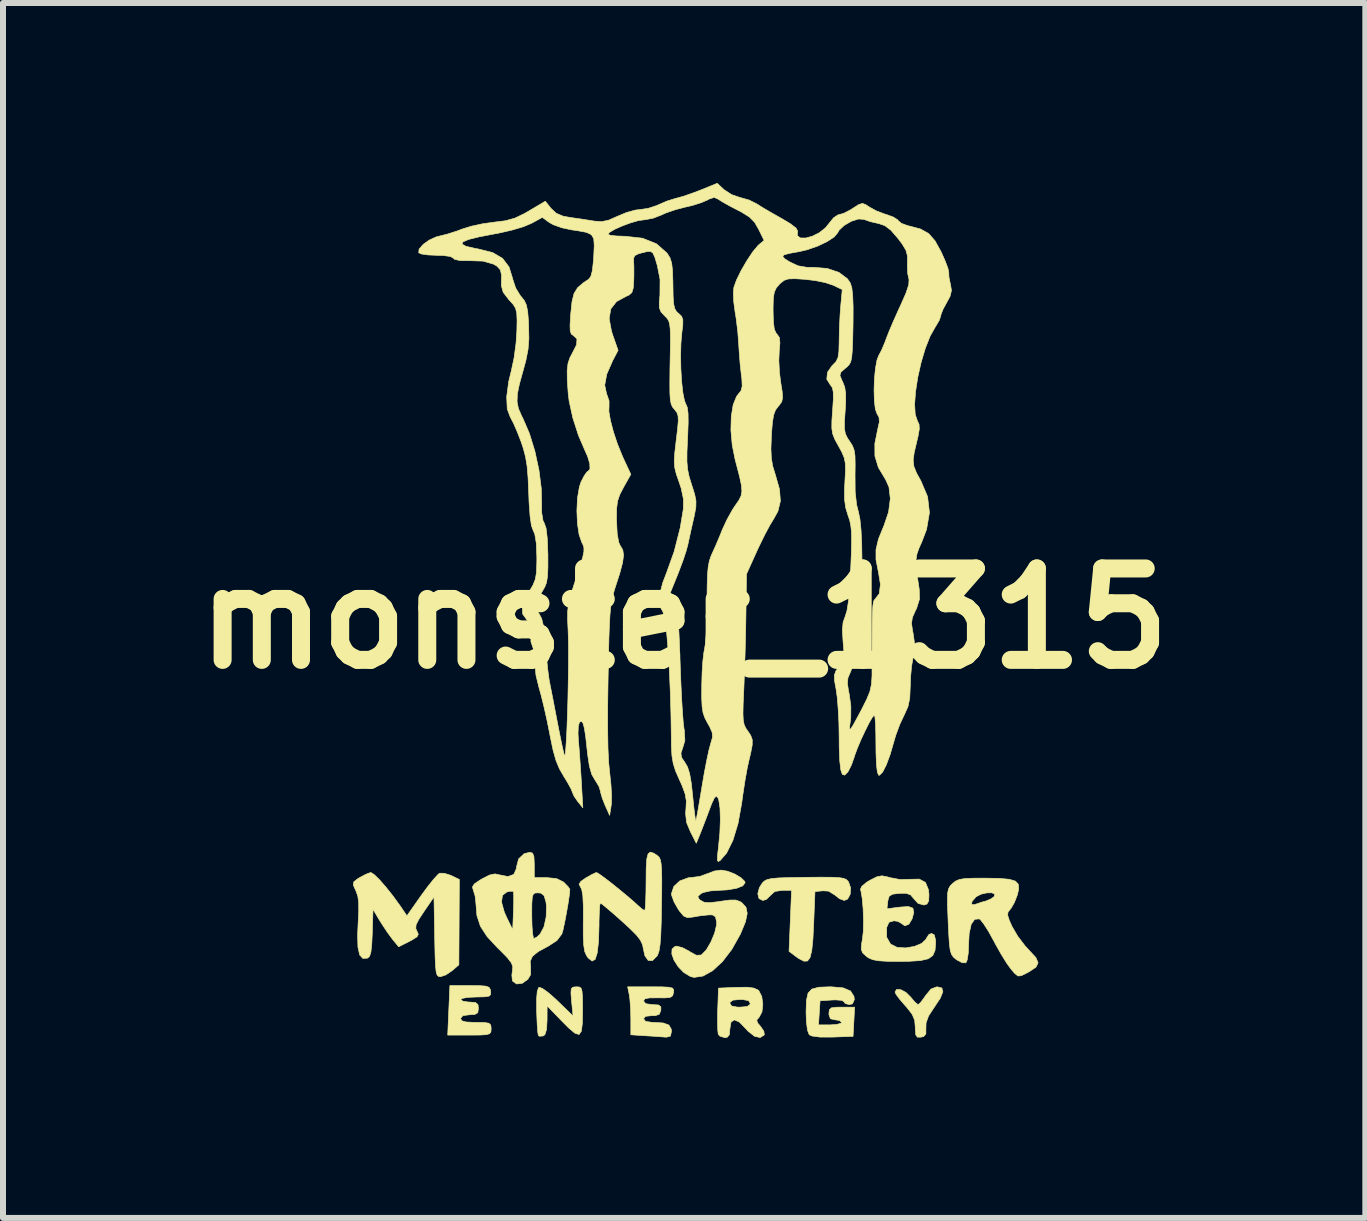
<source format=kicad_pcb>
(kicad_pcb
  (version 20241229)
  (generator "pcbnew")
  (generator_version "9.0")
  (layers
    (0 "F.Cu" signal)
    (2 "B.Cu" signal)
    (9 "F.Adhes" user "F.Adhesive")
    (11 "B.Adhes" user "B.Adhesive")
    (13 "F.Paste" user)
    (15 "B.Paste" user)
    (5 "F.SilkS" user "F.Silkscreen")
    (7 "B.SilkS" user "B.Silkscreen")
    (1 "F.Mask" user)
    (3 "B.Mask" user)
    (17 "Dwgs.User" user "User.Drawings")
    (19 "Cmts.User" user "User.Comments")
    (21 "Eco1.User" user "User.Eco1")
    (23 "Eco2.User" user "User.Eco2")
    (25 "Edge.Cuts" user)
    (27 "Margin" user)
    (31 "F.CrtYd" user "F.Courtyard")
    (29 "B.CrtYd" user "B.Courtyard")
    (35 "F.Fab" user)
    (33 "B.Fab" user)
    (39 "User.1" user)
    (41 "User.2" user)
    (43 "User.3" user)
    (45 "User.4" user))
  (footprint "monster_1315"
    (layer "F.Cu")
    (at 8.353 7.259)
    (property "Reference" "monster_1315" (at 0 0 0) (layer "F.SilkS") (effects (font (size 1.524 1.524) (thickness 0.3))))
    (attr through_hole)
    (fp_poly (pts (xy 4.295 6.158) (xy 4.312 6.22) (xy 4.268 6.329) (xy 4.167 6.481) (xy 4.073 6.625) (xy 4.032 6.739) (xy 4.029 6.825) (xy 4.029 6.923) (xy 3.993 6.966) (xy 3.948 6.977) (xy 3.887 6.977) (xy 3.86 6.939) (xy 3.852 6.841) (xy 3.852 6.813) (xy 3.842 6.695) (xy 3.8 6.596) (xy 3.712 6.483) (xy 3.683 6.451) (xy 3.592 6.345) (xy 3.53 6.261) (xy 3.514 6.224) (xy 3.542 6.181) (xy 3.61 6.186) (xy 3.696 6.231) (xy 3.774 6.308) (xy 3.774 6.308) (xy 3.843 6.39) (xy 3.893 6.433) (xy 3.899 6.435) (xy 3.939 6.402) (xy 4 6.32) (xy 4.022 6.287) (xy 4.114 6.175) (xy 4.212 6.138) (xy 4.216 6.138) (xy 4.295 6.158)) (stroke (width 0.01) (type solid)) (fill yes) (layer "F.SilkS"))
    (fp_poly (pts (xy -1.748 6.141) (xy -1.718 6.161) (xy -1.702 6.214) (xy -1.695 6.315) (xy -1.693 6.481) (xy -1.693 6.54) (xy -1.697 6.751) (xy -1.714 6.88) (xy -1.752 6.933) (xy -1.82 6.912) (xy -1.926 6.823) (xy -2.049 6.699) (xy -2.284 6.456) (xy -2.285 6.695) (xy -2.294 6.85) (xy -2.321 6.935) (xy -2.348 6.957) (xy -2.413 6.962) (xy -2.43 6.949) (xy -2.44 6.895) (xy -2.449 6.778) (xy -2.456 6.618) (xy -2.459 6.541) (xy -2.459 6.34) (xy -2.449 6.215) (xy -2.427 6.154) (xy -2.415 6.146) (xy -2.362 6.166) (xy -2.268 6.233) (xy -2.15 6.336) (xy -2.107 6.377) (xy -1.852 6.625) (xy -1.876 6.382) (xy -1.887 6.245) (xy -1.882 6.172) (xy -1.855 6.144) (xy -1.799 6.138) (xy -1.796 6.138) (xy -1.748 6.141)) (stroke (width 0.01) (type solid)) (fill yes) (layer "F.SilkS"))
    (fp_poly (pts (xy -3.405 6.119) (xy -3.304 6.127) (xy -3.252 6.147) (xy -3.231 6.183) (xy -3.225 6.212) (xy -3.224 6.265) (xy -3.251 6.293) (xy -3.325 6.305) (xy -3.464 6.308) (xy -3.468 6.308) (xy -3.605 6.314) (xy -3.698 6.331) (xy -3.725 6.35) (xy -3.688 6.378) (xy -3.597 6.392) (xy -3.577 6.392) (xy -3.477 6.4) (xy -3.436 6.436) (xy -3.429 6.498) (xy -3.44 6.57) (xy -3.49 6.599) (xy -3.577 6.604) (xy -3.687 6.618) (xy -3.725 6.662) (xy -3.725 6.668) (xy -3.706 6.704) (xy -3.637 6.724) (xy -3.502 6.731) (xy -3.471 6.731) (xy -3.331 6.733) (xy -3.255 6.745) (xy -3.223 6.776) (xy -3.217 6.833) (xy -3.217 6.837) (xy -3.221 6.888) (xy -3.242 6.919) (xy -3.297 6.936) (xy -3.403 6.942) (xy -3.578 6.943) (xy -3.941 6.943) (xy -3.905 6.117) (xy -3.572 6.117) (xy -3.405 6.119)) (stroke (width 0.01) (type solid)) (fill yes) (layer "F.SilkS"))
    (fp_poly (pts (xy 2.458 4.312) (xy 2.579 4.318) (xy 2.655 4.33) (xy 2.702 4.349) (xy 2.731 4.378) (xy 2.741 4.392) (xy 2.775 4.492) (xy 2.767 4.597) (xy 2.724 4.676) (xy 2.669 4.699) (xy 2.587 4.669) (xy 2.517 4.612) (xy 2.405 4.543) (xy 2.309 4.538) (xy 2.18 4.551) (xy 2.159 5.08) (xy 2.146 5.345) (xy 2.127 5.532) (xy 2.098 5.651) (xy 2.056 5.708) (xy 1.996 5.711) (xy 1.913 5.669) (xy 1.858 5.63) (xy 1.748 5.547) (xy 1.79 4.53) (xy 1.637 4.53) (xy 1.511 4.549) (xy 1.441 4.612) (xy 1.439 4.614) (xy 1.369 4.682) (xy 1.311 4.699) (xy 1.247 4.667) (xy 1.227 4.587) (xy 1.254 4.484) (xy 1.302 4.409) (xy 1.336 4.375) (xy 1.382 4.351) (xy 1.453 4.335) (xy 1.565 4.324) (xy 1.729 4.318) (xy 1.961 4.314) (xy 2.03 4.313) (xy 2.279 4.311) (xy 2.458 4.312)) (stroke (width 0.01) (type solid)) (fill yes) (layer "F.SilkS"))
    (fp_poly (pts (xy 2.647 6.155) (xy 2.772 6.207) (xy 2.83 6.298) (xy 2.836 6.353) (xy 2.805 6.422) (xy 2.752 6.435) (xy 2.683 6.416) (xy 2.667 6.39) (xy 2.628 6.364) (xy 2.523 6.356) (xy 2.466 6.358) (xy 2.265 6.371) (xy 2.252 6.572) (xy 2.239 6.773) (xy 2.432 6.773) (xy 2.546 6.765) (xy 2.615 6.744) (xy 2.625 6.731) (xy 2.588 6.699) (xy 2.519 6.689) (xy 2.438 6.671) (xy 2.413 6.602) (xy 2.413 6.583) (xy 2.42 6.52) (xy 2.454 6.489) (xy 2.539 6.478) (xy 2.627 6.477) (xy 2.841 6.477) (xy 2.828 6.72) (xy 2.815 6.964) (xy 2.476 6.976) (xy 2.262 6.976) (xy 2.129 6.958) (xy 2.084 6.936) (xy 2.055 6.861) (xy 2.037 6.716) (xy 2.032 6.555) (xy 2.038 6.364) (xy 2.065 6.243) (xy 2.129 6.175) (xy 2.246 6.145) (xy 2.43 6.138) (xy 2.45 6.138) (xy 2.647 6.155)) (stroke (width 0.01) (type solid)) (fill yes) (layer "F.SilkS"))
    (fp_poly (pts (xy -0.37 6.139) (xy -0.257 6.145) (xy -0.197 6.159) (xy -0.175 6.185) (xy -0.176 6.227) (xy -0.177 6.234) (xy -0.192 6.287) (xy -0.233 6.315) (xy -0.32 6.323) (xy -0.434 6.322) (xy -0.579 6.323) (xy -0.655 6.339) (xy -0.677 6.374) (xy -0.677 6.375) (xy -0.64 6.42) (xy -0.527 6.435) (xy -0.526 6.435) (xy -0.426 6.441) (xy -0.388 6.472) (xy -0.389 6.53) (xy -0.414 6.596) (xy -0.482 6.619) (xy -0.54 6.619) (xy -0.646 6.63) (xy -0.677 6.672) (xy -0.642 6.715) (xy -0.533 6.731) (xy -0.511 6.731) (xy -0.348 6.741) (xy -0.254 6.776) (xy -0.215 6.844) (xy -0.212 6.884) (xy -0.229 6.96) (xy -0.296 6.978) (xy -0.307 6.977) (xy -0.402 6.97) (xy -0.544 6.96) (xy -0.646 6.954) (xy -0.889 6.938) (xy -0.889 6.671) (xy -0.893 6.504) (xy -0.904 6.352) (xy -0.915 6.271) (xy -0.942 6.138) (xy -0.553 6.138) (xy -0.37 6.139)) (stroke (width 0.01) (type solid)) (fill yes) (layer "F.SilkS"))
    (fp_poly (pts (xy 1.161 6.159) (xy 1.23 6.191) (xy 1.244 6.203) (xy 1.293 6.298) (xy 1.311 6.428) (xy 1.297 6.556) (xy 1.25 6.645) (xy 1.247 6.648) (xy 1.209 6.693) (xy 1.226 6.743) (xy 1.273 6.798) (xy 1.328 6.878) (xy 1.336 6.938) (xy 1.335 6.94) (xy 1.267 6.984) (xy 1.171 6.962) (xy 1.064 6.877) (xy 1.028 6.837) (xy 0.92 6.726) (xy 0.836 6.689) (xy 0.781 6.726) (xy 0.762 6.837) (xy 0.753 6.939) (xy 0.716 6.98) (xy 0.676 6.985) (xy 0.596 6.961) (xy 0.568 6.929) (xy 0.56 6.862) (xy 0.556 6.735) (xy 0.557 6.571) (xy 0.559 6.516) (xy 0.563 6.413) (xy 0.762 6.413) (xy 0.79 6.458) (xy 0.883 6.476) (xy 0.931 6.477) (xy 1.049 6.467) (xy 1.098 6.432) (xy 1.101 6.413) (xy 1.073 6.369) (xy 0.98 6.351) (xy 0.931 6.35) (xy 0.814 6.36) (xy 0.765 6.395) (xy 0.762 6.413) (xy 0.563 6.413) (xy 0.572 6.16) (xy 0.874 6.147) (xy 1.049 6.145) (xy 1.161 6.159)) (stroke (width 0.01) (type solid)) (fill yes) (layer "F.SilkS"))
    (fp_poly (pts (xy -5.169 4.265) (xy -5.08 4.351) (xy -4.971 4.476) (xy -4.853 4.624) (xy -4.74 4.78) (xy -4.729 4.795) (xy -4.621 4.955) (xy -4.38 4.612) (xy -4.27 4.463) (xy -4.173 4.342) (xy -4.101 4.264) (xy -4.076 4.245) (xy -3.998 4.246) (xy -3.891 4.28) (xy -3.88 4.285) (xy -3.747 4.349) (xy -3.751 5.06) (xy -3.755 5.772) (xy -3.869 5.87) (xy -3.969 5.938) (xy -4.059 5.969) (xy -4.065 5.969) (xy -4.096 5.964) (xy -4.118 5.941) (xy -4.134 5.887) (xy -4.144 5.79) (xy -4.151 5.638) (xy -4.156 5.419) (xy -4.158 5.305) (xy -4.17 4.641) (xy -4.337 4.884) (xy -4.425 5.018) (xy -4.468 5.105) (xy -4.473 5.166) (xy -4.454 5.209) (xy -4.431 5.262) (xy -4.454 5.306) (xy -4.537 5.358) (xy -4.58 5.381) (xy -4.758 5.471) (xy -4.858 5.35) (xy -4.941 5.238) (xy -5.034 5.098) (xy -5.072 5.038) (xy -5.186 4.847) (xy -5.198 5.241) (xy -5.207 5.434) (xy -5.221 5.559) (xy -5.243 5.629) (xy -5.276 5.66) (xy -5.278 5.66) (xy -5.356 5.665) (xy -5.408 5.607) (xy -5.437 5.481) (xy -5.443 5.282) (xy -5.435 5.098) (xy -5.424 4.885) (xy -5.425 4.735) (xy -5.439 4.629) (xy -5.468 4.545) (xy -5.474 4.533) (xy -5.514 4.443) (xy -5.507 4.389) (xy -5.442 4.338) (xy -5.406 4.316) (xy -5.304 4.262) (xy -5.229 4.234) (xy -5.222 4.233) (xy -5.169 4.265)) (stroke (width 0.01) (type solid)) (fill yes) (layer "F.SilkS"))
    (fp_poly (pts (xy -0.507 3.911) (xy -0.445 3.952) (xy -0.417 3.979) (xy -0.397 4.02) (xy -0.384 4.087) (xy -0.376 4.193) (xy -0.373 4.351) (xy -0.374 4.572) (xy -0.377 4.767) (xy -0.382 5.059) (xy -0.39 5.278) (xy -0.402 5.435) (xy -0.419 5.542) (xy -0.442 5.608) (xy -0.45 5.622) (xy -0.528 5.701) (xy -0.599 5.699) (xy -0.654 5.622) (xy -0.677 5.521) (xy -0.694 5.436) (xy -0.73 5.36) (xy -0.796 5.275) (xy -0.906 5.165) (xy -1.037 5.045) (xy -1.177 4.921) (xy -1.293 4.822) (xy -1.371 4.758) (xy -1.397 4.742) (xy -1.407 4.781) (xy -1.414 4.885) (xy -1.419 5.036) (xy -1.419 5.112) (xy -1.427 5.384) (xy -1.449 5.574) (xy -1.484 5.682) (xy -1.535 5.709) (xy -1.6 5.657) (xy -1.627 5.619) (xy -1.657 5.551) (xy -1.674 5.445) (xy -1.682 5.287) (xy -1.682 5.061) (xy -1.681 5.033) (xy -1.681 4.788) (xy -1.689 4.618) (xy -1.708 4.514) (xy -1.727 4.477) (xy -1.751 4.428) (xy -1.723 4.382) (xy -1.637 4.322) (xy -1.538 4.266) (xy -1.47 4.235) (xy -1.46 4.233) (xy -1.415 4.259) (xy -1.323 4.325) (xy -1.2 4.42) (xy -1.064 4.53) (xy -0.93 4.641) (xy -0.817 4.739) (xy -0.774 4.779) (xy -0.702 4.842) (xy -0.658 4.868) (xy -0.658 4.868) (xy -0.649 4.829) (xy -0.642 4.721) (xy -0.637 4.563) (xy -0.635 4.381) (xy -0.633 4.156) (xy -0.623 4.006) (xy -0.601 3.921) (xy -0.564 3.893) (xy -0.507 3.911)) (stroke (width 0.01) (type solid)) (fill yes) (layer "F.SilkS"))
    (fp_poly (pts (xy 0.722 4.211) (xy 0.842 4.258) (xy 0.947 4.32) (xy 1.009 4.381) (xy 1.016 4.403) (xy 0.977 4.455) (xy 0.87 4.497) (xy 0.715 4.523) (xy 0.577 4.53) (xy 0.435 4.54) (xy 0.319 4.566) (xy 0.279 4.585) (xy 0.228 4.633) (xy 0.247 4.674) (xy 0.274 4.698) (xy 0.333 4.729) (xy 0.422 4.736) (xy 0.564 4.72) (xy 0.606 4.713) (xy 0.761 4.692) (xy 0.86 4.692) (xy 0.931 4.717) (xy 0.962 4.737) (xy 1.031 4.813) (xy 1.051 4.914) (xy 1.022 5.054) (xy 0.942 5.248) (xy 0.931 5.271) (xy 0.793 5.516) (xy 0.638 5.718) (xy 0.475 5.869) (xy 0.314 5.959) (xy 0.166 5.981) (xy 0.105 5.967) (xy -0.006 5.9) (xy -0.099 5.804) (xy -0.169 5.695) (xy -0.206 5.591) (xy -0.202 5.508) (xy -0.151 5.464) (xy -0.123 5.461) (xy -0.03 5.485) (xy 0.081 5.543) (xy 0.094 5.553) (xy 0.201 5.612) (xy 0.279 5.609) (xy 0.291 5.603) (xy 0.369 5.523) (xy 0.446 5.391) (xy 0.508 5.242) (xy 0.54 5.106) (xy 0.541 5.059) (xy 0.522 4.97) (xy 0.469 4.939) (xy 0.402 4.94) (xy 0.262 4.955) (xy 0.142 4.976) (xy 0.054 4.985) (xy -0.009 4.958) (xy -0.077 4.877) (xy -0.101 4.842) (xy -0.169 4.722) (xy -0.208 4.615) (xy -0.212 4.585) (xy -0.173 4.467) (xy -0.073 4.373) (xy 0.067 4.321) (xy 0.124 4.316) (xy 0.261 4.298) (xy 0.379 4.255) (xy 0.381 4.255) (xy 0.505 4.208) (xy 0.614 4.193) (xy 0.722 4.211)) (stroke (width 0.01) (type solid)) (fill yes) (layer "F.SilkS"))
    (fp_poly (pts (xy 3.394 4.307) (xy 3.431 4.319) (xy 3.598 4.35) (xy 3.758 4.346) (xy 3.919 4.343) (xy 4.022 4.399) (xy 4.072 4.52) (xy 4.08 4.596) (xy 4.076 4.707) (xy 4.046 4.759) (xy 3.996 4.775) (xy 3.899 4.748) (xy 3.835 4.678) (xy 3.774 4.606) (xy 3.697 4.579) (xy 3.585 4.58) (xy 3.472 4.595) (xy 3.417 4.628) (xy 3.396 4.698) (xy 3.394 4.715) (xy 3.38 4.838) (xy 3.591 4.81) (xy 3.737 4.8) (xy 3.812 4.827) (xy 3.827 4.899) (xy 3.799 5.006) (xy 3.745 5.095) (xy 3.678 5.122) (xy 3.619 5.08) (xy 3.561 5.047) (xy 3.495 5.038) (xy 3.414 5.062) (xy 3.375 5.149) (xy 3.375 5.152) (xy 3.375 5.311) (xy 3.439 5.425) (xy 3.55 5.481) (xy 3.691 5.49) (xy 3.836 5.465) (xy 3.958 5.415) (xy 4.028 5.349) (xy 4.034 5.334) (xy 4.08 5.265) (xy 4.124 5.249) (xy 4.17 5.274) (xy 4.19 5.359) (xy 4.191 5.412) (xy 4.181 5.532) (xy 4.144 5.617) (xy 4.068 5.671) (xy 3.939 5.701) (xy 3.746 5.713) (xy 3.59 5.715) (xy 3.381 5.713) (xy 3.238 5.704) (xy 3.142 5.686) (xy 3.073 5.656) (xy 3.038 5.631) (xy 2.975 5.574) (xy 2.951 5.513) (xy 2.958 5.418) (xy 2.971 5.346) (xy 2.986 5.211) (xy 2.989 5.034) (xy 2.983 4.843) (xy 2.968 4.669) (xy 2.946 4.54) (xy 2.938 4.513) (xy 2.96 4.464) (xy 3.038 4.398) (xy 3.094 4.364) (xy 3.21 4.305) (xy 3.296 4.288) (xy 3.394 4.307)) (stroke (width 0.01) (type solid)) (fill yes) (layer "F.SilkS"))
    (fp_poly (pts (xy 5.253 4.331) (xy 5.419 4.346) (xy 5.521 4.377) (xy 5.57 4.429) (xy 5.576 4.508) (xy 5.553 4.607) (xy 5.504 4.733) (xy 5.447 4.832) (xy 5.433 4.848) (xy 5.397 4.894) (xy 5.392 4.947) (xy 5.42 5.033) (xy 5.466 5.135) (xy 5.558 5.293) (xy 5.681 5.455) (xy 5.753 5.533) (xy 5.862 5.651) (xy 5.899 5.738) (xy 5.863 5.811) (xy 5.751 5.886) (xy 5.71 5.908) (xy 5.619 5.953) (xy 5.563 5.958) (xy 5.51 5.916) (xy 5.445 5.84) (xy 5.375 5.743) (xy 5.284 5.596) (xy 5.189 5.427) (xy 5.159 5.371) (xy 5.074 5.217) (xy 4.995 5.093) (xy 4.936 5.018) (xy 4.919 5.006) (xy 4.842 5.013) (xy 4.784 5.096) (xy 4.75 5.251) (xy 4.741 5.424) (xy 4.735 5.578) (xy 4.717 5.691) (xy 4.695 5.739) (xy 4.632 5.736) (xy 4.543 5.689) (xy 4.536 5.684) (xy 4.49 5.646) (xy 4.458 5.602) (xy 4.436 5.538) (xy 4.421 5.435) (xy 4.411 5.28) (xy 4.4 5.057) (xy 4.4 5.054) (xy 4.391 4.83) (xy 4.389 4.764) (xy 4.79 4.764) (xy 4.837 4.769) (xy 4.858 4.762) (xy 4.962 4.726) (xy 5.026 4.71) (xy 5.123 4.668) (xy 5.169 4.631) (xy 5.175 4.59) (xy 5.124 4.571) (xy 5.04 4.573) (xy 4.946 4.595) (xy 4.868 4.636) (xy 4.861 4.642) (xy 4.798 4.716) (xy 4.79 4.764) (xy 4.389 4.764) (xy 4.388 4.674) (xy 4.392 4.571) (xy 4.407 4.504) (xy 4.433 4.458) (xy 4.472 4.417) (xy 4.524 4.376) (xy 4.587 4.349) (xy 4.679 4.334) (xy 4.821 4.328) (xy 5.013 4.327) (xy 5.253 4.331)) (stroke (width 0.01) (type solid)) (fill yes) (layer "F.SilkS"))
    (fp_poly (pts (xy -2.527 3.91) (xy -2.504 3.968) (xy -2.498 4.088) (xy -2.498 4.106) (xy -2.498 4.318) (xy -2.294 4.318) (xy -2.128 4.334) (xy -2.015 4.389) (xy -1.998 4.404) (xy -1.932 4.472) (xy -1.905 4.513) (xy -1.913 4.603) (xy -1.934 4.747) (xy -1.963 4.913) (xy -1.994 5.075) (xy -2.022 5.203) (xy -2.039 5.258) (xy -2.119 5.365) (xy -2.264 5.46) (xy -2.271 5.464) (xy -2.434 5.552) (xy -2.529 5.63) (xy -2.566 5.713) (xy -2.559 5.808) (xy -2.559 5.936) (xy -2.606 6.014) (xy -2.699 6.08) (xy -2.792 6.091) (xy -2.857 6.045) (xy -2.863 6.032) (xy -2.872 5.944) (xy -2.861 5.862) (xy -2.856 5.802) (xy -2.881 5.738) (xy -2.946 5.654) (xy -3.062 5.535) (xy -3.107 5.492) (xy -3.283 5.303) (xy -3.395 5.131) (xy -3.454 4.953) (xy -3.471 4.749) (xy -3.473 4.727) (xy -3.044 4.727) (xy -2.998 4.892) (xy -2.952 4.995) (xy -2.858 5.186) (xy -2.848 4.953) (xy -2.54 4.953) (xy -2.536 5.121) (xy -2.526 5.251) (xy -2.512 5.324) (xy -2.504 5.334) (xy -2.451 5.306) (xy -2.402 5.26) (xy -2.337 5.14) (xy -2.3 4.972) (xy -2.295 4.792) (xy -2.304 4.72) (xy -2.335 4.618) (xy -2.387 4.577) (xy -2.436 4.572) (xy -2.485 4.575) (xy -2.516 4.596) (xy -2.532 4.65) (xy -2.539 4.754) (xy -2.54 4.925) (xy -2.54 4.953) (xy -2.848 4.953) (xy -2.845 4.874) (xy -2.841 4.721) (xy -2.841 4.606) (xy -2.846 4.549) (xy -2.847 4.547) (xy -2.894 4.545) (xy -2.955 4.557) (xy -3.029 4.614) (xy -3.044 4.727) (xy -3.473 4.727) (xy -3.484 4.625) (xy -3.514 4.529) (xy -3.529 4.475) (xy -3.499 4.425) (xy -3.409 4.363) (xy -3.371 4.34) (xy -3.244 4.275) (xy -3.153 4.256) (xy -3.079 4.272) (xy -2.937 4.3) (xy -2.839 4.264) (xy -2.796 4.167) (xy -2.794 4.138) (xy -2.759 4.006) (xy -2.667 3.919) (xy -2.572 3.896) (xy -2.527 3.91)) (stroke (width 0.01) (type solid)) (fill yes) (layer "F.SilkS"))
    (fp_poly (pts (xy 0.667 -7.146) (xy 0.792 -7.065) (xy 0.934 -7.016) (xy 0.94 -7.015) (xy 1.082 -6.975) (xy 1.211 -6.911) (xy 1.215 -6.908) (xy 1.311 -6.847) (xy 1.453 -6.764) (xy 1.61 -6.675) (xy 1.622 -6.669) (xy 1.771 -6.58) (xy 1.864 -6.508) (xy 1.891 -6.46) (xy 1.891 -6.459) (xy 1.886 -6.381) (xy 1.937 -6.343) (xy 2.026 -6.342) (xy 2.136 -6.372) (xy 2.252 -6.43) (xy 2.355 -6.512) (xy 2.415 -6.586) (xy 2.49 -6.679) (xy 2.564 -6.728) (xy 2.58 -6.731) (xy 2.66 -6.754) (xy 2.771 -6.811) (xy 2.811 -6.837) (xy 2.91 -6.9) (xy 2.971 -6.919) (xy 3.029 -6.897) (xy 3.082 -6.861) (xy 3.199 -6.796) (xy 3.344 -6.741) (xy 3.372 -6.733) (xy 3.485 -6.692) (xy 3.559 -6.645) (xy 3.569 -6.63) (xy 3.622 -6.586) (xy 3.725 -6.548) (xy 3.752 -6.542) (xy 3.938 -6.493) (xy 4.074 -6.417) (xy 4.182 -6.294) (xy 4.285 -6.107) (xy 4.286 -6.105) (xy 4.35 -5.96) (xy 4.395 -5.841) (xy 4.41 -5.772) (xy 4.41 -5.768) (xy 4.413 -5.693) (xy 4.435 -5.582) (xy 4.438 -5.574) (xy 4.455 -5.467) (xy 4.431 -5.368) (xy 4.376 -5.267) (xy 4.315 -5.155) (xy 4.28 -5.066) (xy 4.276 -5.044) (xy 4.253 -4.973) (xy 4.196 -4.876) (xy 4.188 -4.864) (xy 4.099 -4.706) (xy 4.019 -4.502) (xy 3.949 -4.268) (xy 3.894 -4.023) (xy 3.857 -3.785) (xy 3.841 -3.572) (xy 3.851 -3.402) (xy 3.887 -3.295) (xy 3.915 -3.236) (xy 3.919 -3.159) (xy 3.898 -3.037) (xy 3.877 -2.949) (xy 3.834 -2.767) (xy 3.817 -2.639) (xy 3.829 -2.534) (xy 3.873 -2.425) (xy 3.947 -2.291) (xy 4.057 -2.031) (xy 4.088 -1.765) (xy 4.04 -1.485) (xy 3.963 -1.283) (xy 3.912 -1.168) (xy 3.879 -1.074) (xy 3.865 -0.981) (xy 3.867 -0.868) (xy 3.884 -0.714) (xy 3.916 -0.499) (xy 3.918 -0.482) (xy 3.922 -0.323) (xy 3.874 -0.17) (xy 3.856 -0.135) (xy 3.804 -0.018) (xy 3.789 0.08) (xy 3.807 0.203) (xy 3.816 0.247) (xy 3.843 0.437) (xy 3.824 0.614) (xy 3.816 0.649) (xy 3.79 0.796) (xy 3.773 0.983) (xy 3.768 1.135) (xy 3.76 1.325) (xy 3.73 1.468) (xy 3.671 1.601) (xy 3.664 1.614) (xy 3.594 1.764) (xy 3.527 1.945) (xy 3.495 2.053) (xy 3.433 2.267) (xy 3.369 2.44) (xy 3.308 2.559) (xy 3.257 2.611) (xy 3.242 2.612) (xy 3.22 2.562) (xy 3.205 2.433) (xy 3.197 2.229) (xy 3.196 2.102) (xy 3.194 1.909) (xy 3.189 1.751) (xy 3.18 1.646) (xy 3.171 1.609) (xy 3.138 1.644) (xy 3.083 1.738) (xy 3.017 1.87) (xy 2.947 2.019) (xy 2.886 2.164) (xy 2.841 2.286) (xy 2.835 2.307) (xy 2.789 2.438) (xy 2.736 2.545) (xy 2.725 2.561) (xy 2.675 2.61) (xy 2.637 2.599) (xy 2.61 2.521) (xy 2.593 2.372) (xy 2.584 2.148) (xy 2.583 1.971) (xy 2.579 1.737) (xy 2.567 1.508) (xy 2.551 1.312) (xy 2.532 1.178) (xy 2.506 1.036) (xy 2.503 0.946) (xy 2.528 0.874) (xy 2.579 0.8) (xy 2.631 0.719) (xy 2.657 0.64) (xy 2.661 0.533) (xy 2.648 0.378) (xy 2.637 0.192) (xy 2.649 0.061) (xy 2.683 -0.033) (xy 2.713 -0.128) (xy 2.739 -0.292) (xy 2.759 -0.529) (xy 2.776 -0.838) (xy 2.787 -1.103) (xy 2.791 -1.3) (xy 2.788 -1.444) (xy 2.777 -1.552) (xy 2.758 -1.641) (xy 2.731 -1.719) (xy 2.692 -1.847) (xy 2.673 -1.985) (xy 2.673 -2.163) (xy 2.679 -2.281) (xy 2.689 -2.462) (xy 2.686 -2.586) (xy 2.667 -2.682) (xy 2.626 -2.777) (xy 2.574 -2.872) (xy 2.512 -2.985) (xy 2.476 -3.075) (xy 2.461 -3.17) (xy 2.462 -3.297) (xy 2.474 -3.468) (xy 2.486 -3.653) (xy 2.485 -3.773) (xy 2.471 -3.846) (xy 2.441 -3.889) (xy 2.437 -3.893) (xy 2.377 -3.989) (xy 2.389 -4.105) (xy 2.468 -4.218) (xy 2.477 -4.225) (xy 2.532 -4.283) (xy 2.564 -4.35) (xy 2.579 -4.452) (xy 2.583 -4.612) (xy 2.583 -4.625) (xy 2.587 -4.832) (xy 2.598 -5.055) (xy 2.609 -5.207) (xy 2.635 -5.483) (xy 2.478 -5.557) (xy 2.355 -5.598) (xy 2.185 -5.633) (xy 2.007 -5.654) (xy 1.843 -5.664) (xy 1.738 -5.66) (xy 1.669 -5.638) (xy 1.61 -5.593) (xy 1.587 -5.571) (xy 1.534 -5.508) (xy 1.502 -5.438) (xy 1.486 -5.338) (xy 1.482 -5.183) (xy 1.482 -5.129) (xy 1.487 -4.941) (xy 1.503 -4.821) (xy 1.534 -4.753) (xy 1.547 -4.74) (xy 1.586 -4.685) (xy 1.596 -4.593) (xy 1.585 -4.463) (xy 1.578 -4.302) (xy 1.588 -4.104) (xy 1.609 -3.937) (xy 1.634 -3.779) (xy 1.64 -3.679) (xy 1.627 -3.615) (xy 1.59 -3.561) (xy 1.568 -3.536) (xy 1.522 -3.474) (xy 1.491 -3.392) (xy 1.471 -3.27) (xy 1.456 -3.087) (xy 1.454 -3.042) (xy 1.446 -2.831) (xy 1.453 -2.673) (xy 1.476 -2.539) (xy 1.52 -2.396) (xy 1.52 -2.396) (xy 1.589 -2.154) (xy 1.604 -1.958) (xy 1.563 -1.789) (xy 1.496 -1.667) (xy 1.428 -1.555) (xy 1.341 -1.392) (xy 1.25 -1.206) (xy 1.211 -1.122) (xy 1.039 -0.741) (xy 1.029 -0.042) (xy 1.024 0.249) (xy 1.016 0.565) (xy 1.006 0.872) (xy 0.996 1.137) (xy 0.993 1.202) (xy 0.983 1.428) (xy 0.98 1.587) (xy 0.985 1.695) (xy 1 1.769) (xy 1.026 1.826) (xy 1.055 1.867) (xy 1.109 1.947) (xy 1.135 2.02) (xy 1.134 2.11) (xy 1.109 2.241) (xy 1.081 2.357) (xy 1.049 2.505) (xy 1.013 2.706) (xy 0.979 2.93) (xy 0.959 3.076) (xy 0.898 3.416) (xy 0.813 3.696) (xy 0.707 3.91) (xy 0.6 4.033) (xy 0.567 4.051) (xy 0.553 4.027) (xy 0.556 3.946) (xy 0.572 3.81) (xy 0.595 3.572) (xy 0.603 3.349) (xy 0.597 3.16) (xy 0.577 3.026) (xy 0.562 2.986) (xy 0.535 2.961) (xy 0.504 2.989) (xy 0.46 3.082) (xy 0.422 3.182) (xy 0.36 3.347) (xy 0.3 3.503) (xy 0.263 3.598) (xy 0.202 3.745) (xy 0.105 3.555) (xy 0.04 3.399) (xy 0.024 3.251) (xy 0.03 3.168) (xy 0.036 3.042) (xy 0.016 2.923) (xy -0.037 2.779) (xy -0.079 2.687) (xy -0.143 2.542) (xy -0.182 2.418) (xy -0.204 2.286) (xy -0.213 2.117) (xy -0.214 1.996) (xy -0.22 1.603) (xy -0.231 1.228) (xy -0.246 0.88) (xy -0.264 0.568) (xy -0.286 0.302) (xy -0.309 0.091) (xy -0.334 -0.055) (xy -0.36 -0.127) (xy -0.364 -0.13) (xy -0.415 -0.226) (xy -0.413 -0.383) (xy -0.358 -0.594) (xy -0.296 -0.756) (xy -0.167 -1.116) (xy -0.066 -1.511) (xy -0.014 -1.824) (xy -0.012 -1.99) (xy -0.05 -2.172) (xy -0.088 -2.285) (xy -0.132 -2.411) (xy -0.157 -2.514) (xy -0.165 -2.617) (xy -0.158 -2.748) (xy -0.137 -2.932) (xy -0.132 -2.974) (xy -0.109 -3.167) (xy -0.098 -3.295) (xy -0.102 -3.377) (xy -0.12 -3.432) (xy -0.154 -3.477) (xy -0.163 -3.487) (xy -0.195 -3.526) (xy -0.217 -3.576) (xy -0.231 -3.649) (xy -0.238 -3.76) (xy -0.239 -3.923) (xy -0.237 -4.151) (xy -0.235 -4.263) (xy -0.23 -4.518) (xy -0.229 -4.702) (xy -0.233 -4.83) (xy -0.243 -4.914) (xy -0.262 -4.97) (xy -0.29 -5.01) (xy -0.327 -5.046) (xy -0.386 -5.11) (xy -0.413 -5.177) (xy -0.415 -5.277) (xy -0.404 -5.387) (xy -0.402 -5.653) (xy -0.448 -5.884) (xy -0.489 -6.022) (xy -0.523 -6.095) (xy -0.564 -6.12) (xy -0.625 -6.114) (xy -0.63 -6.113) (xy -0.758 -6.081) (xy -0.823 -6.049) (xy -0.843 -6.003) (xy -0.842 -5.959) (xy -0.838 -5.861) (xy -0.838 -5.72) (xy -0.84 -5.64) (xy -0.849 -5.507) (xy -0.872 -5.432) (xy -0.921 -5.39) (xy -0.963 -5.372) (xy -1.128 -5.282) (xy -1.223 -5.16) (xy -1.25 -4.998) (xy -1.211 -4.788) (xy -1.188 -4.717) (xy -1.101 -4.47) (xy -1.191 -4.299) (xy -1.29 -4.073) (xy -1.324 -3.891) (xy -1.293 -3.744) (xy -1.288 -3.733) (xy -1.252 -3.628) (xy -1.252 -3.546) (xy -1.255 -3.451) (xy -1.228 -3.299) (xy -1.179 -3.111) (xy -1.111 -2.907) (xy -1.031 -2.71) (xy -1.014 -2.672) (xy -0.889 -2.403) (xy -1.011 -2.186) (xy -1.074 -2.064) (xy -1.11 -1.957) (xy -1.126 -1.832) (xy -1.128 -1.66) (xy -1.127 -1.626) (xy -1.116 -1.411) (xy -1.09 -1.267) (xy -1.064 -1.213) (xy -1.023 -1.144) (xy -1.01 -1.056) (xy -1.026 -0.933) (xy -1.072 -0.758) (xy -1.125 -0.593) (xy -1.16 -0.486) (xy -1.187 -0.391) (xy -1.209 -0.296) (xy -1.225 -0.188) (xy -1.237 -0.057) (xy -1.246 0.111) (xy -1.254 0.326) (xy -1.26 0.601) (xy -1.267 0.947) (xy -1.268 0.995) (xy -1.275 1.461) (xy -1.275 1.847) (xy -1.27 2.16) (xy -1.258 2.403) (xy -1.24 2.582) (xy -1.24 2.582) (xy -1.22 2.772) (xy -1.21 2.952) (xy -1.213 3.089) (xy -1.216 3.111) (xy -1.242 3.281) (xy -1.319 3.111) (xy -1.366 2.991) (xy -1.394 2.894) (xy -1.396 2.874) (xy -1.422 2.795) (xy -1.482 2.697) (xy -1.487 2.691) (xy -1.541 2.596) (xy -1.58 2.458) (xy -1.61 2.258) (xy -1.615 2.209) (xy -1.64 1.981) (xy -1.663 1.829) (xy -1.687 1.742) (xy -1.714 1.712) (xy -1.744 1.727) (xy -1.764 1.792) (xy -1.769 1.917) (xy -1.762 2.038) (xy -1.748 2.205) (xy -1.733 2.419) (xy -1.718 2.644) (xy -1.713 2.731) (xy -1.689 3.154) (xy -1.775 3.048) (xy -1.835 2.961) (xy -1.862 2.899) (xy -1.862 2.898) (xy -1.884 2.842) (xy -1.94 2.739) (xy -2.006 2.631) (xy -2.079 2.505) (xy -2.136 2.367) (xy -2.185 2.194) (xy -2.233 1.963) (xy -2.24 1.925) (xy -2.286 1.696) (xy -2.338 1.465) (xy -2.388 1.263) (xy -2.418 1.157) (xy -2.47 0.946) (xy -2.487 0.773) (xy -2.483 0.722) (xy -2.483 0.576) (xy -2.517 0.495) (xy -2.554 0.387) (xy -2.553 0.262) (xy -2.55 0.138) (xy -2.593 0.052) (xy -2.62 0.025) (xy -2.692 -0.076) (xy -2.699 -0.198) (xy -2.64 -0.353) (xy -2.582 -0.451) (xy -2.519 -0.559) (xy -2.481 -0.654) (xy -2.462 -0.765) (xy -2.456 -0.921) (xy -2.455 -1.015) (xy -2.464 -1.253) (xy -2.49 -1.409) (xy -2.514 -1.462) (xy -2.545 -1.546) (xy -2.568 -1.702) (xy -2.585 -1.935) (xy -2.591 -2.096) (xy -2.602 -2.349) (xy -2.618 -2.54) (xy -2.644 -2.696) (xy -2.682 -2.84) (xy -2.72 -2.952) (xy -2.783 -3.114) (xy -2.845 -3.256) (xy -2.893 -3.348) (xy -2.897 -3.353) (xy -2.949 -3.493) (xy -2.958 -3.695) (xy -2.925 -3.947) (xy -2.88 -4.133) (xy -2.835 -4.344) (xy -2.802 -4.59) (xy -2.788 -4.801) (xy -2.785 -4.978) (xy -2.791 -5.095) (xy -2.811 -5.173) (xy -2.851 -5.237) (xy -2.917 -5.309) (xy -2.918 -5.309) (xy -3.016 -5.437) (xy -3.048 -5.553) (xy -3.047 -5.573) (xy -3.043 -5.721) (xy -3.064 -5.812) (xy -3.119 -5.872) (xy -3.178 -5.907) (xy -3.352 -5.957) (xy -3.567 -5.964) (xy -3.736 -5.966) (xy -3.828 -5.987) (xy -3.843 -6.004) (xy -3.895 -6.034) (xy -4.02 -6.051) (xy -4.129 -6.054) (xy -4.272 -6.06) (xy -4.379 -6.076) (xy -4.424 -6.096) (xy -4.418 -6.157) (xy -4.353 -6.232) (xy -4.343 -6.24) (xy -3.702 -6.24) (xy -3.636 -6.204) (xy -3.491 -6.17) (xy -3.429 -6.159) (xy -3.193 -6.1) (xy -3.027 -6.003) (xy -2.919 -5.86) (xy -2.857 -5.66) (xy -2.856 -5.652) (xy -2.808 -5.508) (xy -2.729 -5.379) (xy -2.717 -5.366) (xy -2.663 -5.298) (xy -2.629 -5.223) (xy -2.608 -5.116) (xy -2.595 -4.956) (xy -2.592 -4.879) (xy -2.588 -4.665) (xy -2.602 -4.486) (xy -2.638 -4.301) (xy -2.684 -4.133) (xy -2.746 -3.909) (xy -2.78 -3.744) (xy -2.785 -3.615) (xy -2.763 -3.501) (xy -2.711 -3.381) (xy -2.684 -3.328) (xy -2.579 -3.084) (xy -2.488 -2.788) (xy -2.42 -2.473) (xy -2.382 -2.172) (xy -2.377 -1.983) (xy -2.375 -1.767) (xy -2.353 -1.632) (xy -2.333 -1.593) (xy -2.302 -1.508) (xy -2.282 -1.34) (xy -2.272 -1.088) (xy -2.271 -1.069) (xy -2.271 -0.852) (xy -2.278 -0.7) (xy -2.295 -0.596) (xy -2.325 -0.521) (xy -2.34 -0.496) (xy -2.431 -0.338) (xy -2.466 -0.221) (xy -2.448 -0.126) (xy -2.416 -0.077) (xy -2.375 0.002) (xy -2.344 0.128) (xy -2.321 0.315) (xy -2.311 0.445) (xy -2.294 0.65) (xy -2.274 0.847) (xy -2.253 1.005) (xy -2.244 1.058) (xy -2.22 1.178) (xy -2.185 1.356) (xy -2.145 1.564) (xy -2.112 1.736) (xy -2.073 1.934) (xy -2.038 2.105) (xy -2.01 2.229) (xy -1.994 2.286) (xy -1.984 2.27) (xy -1.974 2.182) (xy -1.964 2.035) (xy -1.954 1.841) (xy -1.946 1.613) (xy -1.938 1.364) (xy -1.933 1.105) (xy -1.929 0.851) (xy -1.927 0.613) (xy -1.928 0.404) (xy -1.933 0.237) (xy -1.935 0.186) (xy -1.943 0.014) (xy -1.942 -0.121) (xy -1.926 -0.245) (xy -1.892 -0.385) (xy -1.836 -0.565) (xy -1.799 -0.678) (xy -1.732 -0.882) (xy -1.69 -1.024) (xy -1.671 -1.119) (xy -1.671 -1.184) (xy -1.689 -1.237) (xy -1.705 -1.266) (xy -1.751 -1.398) (xy -1.779 -1.584) (xy -1.788 -1.797) (xy -1.778 -2.009) (xy -1.747 -2.191) (xy -1.719 -2.277) (xy -1.664 -2.383) (xy -1.617 -2.447) (xy -1.602 -2.455) (xy -1.57 -2.49) (xy -1.573 -2.579) (xy -1.609 -2.701) (xy -1.648 -2.788) (xy -1.761 -3.05) (xy -1.855 -3.341) (xy -1.917 -3.623) (xy -1.932 -3.741) (xy -1.948 -3.969) (xy -1.95 -4.133) (xy -1.936 -4.252) (xy -1.904 -4.348) (xy -1.866 -4.419) (xy -1.793 -4.564) (xy -1.787 -4.661) (xy -1.846 -4.716) (xy -1.848 -4.717) (xy -1.881 -4.741) (xy -1.899 -4.792) (xy -1.902 -4.889) (xy -1.893 -5.048) (xy -1.889 -5.092) (xy -1.869 -5.285) (xy -1.835 -5.418) (xy -1.776 -5.514) (xy -1.679 -5.597) (xy -1.595 -5.652) (xy -1.556 -5.7) (xy -1.53 -5.799) (xy -1.512 -5.963) (xy -1.507 -6.04) (xy -1.499 -6.217) (xy -1.507 -6.331) (xy -1.546 -6.398) (xy -1.561 -6.405) (xy -1.27 -6.405) (xy -1.231 -6.388) (xy -1.13 -6.376) (xy -0.987 -6.371) (xy -0.984 -6.371) (xy -0.695 -6.339) (xy -0.463 -6.247) (xy -0.289 -6.094) (xy -0.278 -6.079) (xy -0.235 -6.009) (xy -0.208 -5.922) (xy -0.194 -5.798) (xy -0.188 -5.615) (xy -0.187 -5.559) (xy -0.184 -5.367) (xy -0.175 -5.241) (xy -0.156 -5.163) (xy -0.125 -5.113) (xy -0.094 -5.086) (xy -0.044 -5.039) (xy -0.022 -4.982) (xy -0.023 -4.887) (xy -0.039 -4.763) (xy -0.054 -4.587) (xy -0.059 -4.38) (xy -0.055 -4.16) (xy -0.042 -3.948) (xy -0.022 -3.765) (xy 0.005 -3.632) (xy 0.026 -3.579) (xy 0.052 -3.519) (xy 0.065 -3.42) (xy 0.067 -3.267) (xy 0.059 -3.046) (xy 0.057 -3.005) (xy 0.047 -2.782) (xy 0.046 -2.618) (xy 0.057 -2.488) (xy 0.082 -2.368) (xy 0.123 -2.234) (xy 0.126 -2.226) (xy 0.175 -2.071) (xy 0.197 -1.96) (xy 0.195 -1.856) (xy 0.171 -1.724) (xy 0.156 -1.658) (xy 0.117 -1.487) (xy 0.082 -1.327) (xy 0.061 -1.228) (xy 0.032 -1.122) (xy -0.02 -0.965) (xy -0.088 -0.785) (xy -0.118 -0.708) (xy -0.269 -0.337) (xy -0.182 -0.219) (xy -0.152 -0.173) (xy -0.129 -0.117) (xy -0.112 -0.038) (xy -0.098 0.075) (xy -0.087 0.234) (xy -0.077 0.452) (xy -0.067 0.74) (xy -0.065 0.807) (xy -0.054 1.085) (xy -0.042 1.342) (xy -0.028 1.564) (xy -0.015 1.736) (xy -0.002 1.842) (xy 0.002 1.858) (xy 0.012 2.033) (xy -0.02 2.142) (xy -0.054 2.243) (xy -0.044 2.316) (xy 0.01 2.395) (xy 0.056 2.473) (xy 0.091 2.584) (xy 0.119 2.745) (xy 0.141 2.948) (xy 0.159 3.128) (xy 0.176 3.269) (xy 0.188 3.356) (xy 0.194 3.376) (xy 0.205 3.332) (xy 0.226 3.22) (xy 0.254 3.057) (xy 0.288 2.856) (xy 0.297 2.8) (xy 0.335 2.576) (xy 0.375 2.369) (xy 0.411 2.2) (xy 0.44 2.09) (xy 0.443 2.081) (xy 0.472 1.98) (xy 0.467 1.899) (xy 0.424 1.801) (xy 0.392 1.746) (xy 0.345 1.657) (xy 0.315 1.571) (xy 0.299 1.467) (xy 0.292 1.323) (xy 0.293 1.117) (xy 0.293 1.106) (xy 0.299 0.901) (xy 0.311 0.713) (xy 0.328 0.567) (xy 0.34 0.504) (xy 0.355 0.41) (xy 0.367 0.252) (xy 0.376 0.048) (xy 0.381 -0.182) (xy 0.381 -0.272) (xy 0.383 -0.529) (xy 0.388 -0.718) (xy 0.4 -0.855) (xy 0.419 -0.957) (xy 0.447 -1.04) (xy 0.463 -1.077) (xy 0.528 -1.22) (xy 0.6 -1.391) (xy 0.634 -1.477) (xy 0.712 -1.646) (xy 0.807 -1.817) (xy 0.854 -1.887) (xy 0.912 -1.971) (xy 0.948 -2.043) (xy 0.962 -2.121) (xy 0.954 -2.222) (xy 0.924 -2.363) (xy 0.872 -2.563) (xy 0.85 -2.646) (xy 0.801 -2.89) (xy 0.779 -3.138) (xy 0.785 -3.369) (xy 0.817 -3.564) (xy 0.874 -3.704) (xy 0.9 -3.737) (xy 0.948 -3.797) (xy 0.967 -3.872) (xy 0.962 -3.988) (xy 0.953 -4.059) (xy 0.933 -4.239) (xy 0.917 -4.447) (xy 0.909 -4.572) (xy 0.894 -4.775) (xy 0.867 -4.997) (xy 0.848 -5.115) (xy 0.826 -5.28) (xy 0.82 -5.432) (xy 0.828 -5.518) (xy 0.871 -5.639) (xy 0.948 -5.797) (xy 1.045 -5.964) (xy 1.091 -6.033) (xy 1.642 -6.033) (xy 1.681 -5.993) (xy 1.759 -5.944) (xy 1.897 -5.879) (xy 2.048 -5.853) (xy 2.157 -5.853) (xy 2.384 -5.835) (xy 2.579 -5.769) (xy 2.721 -5.663) (xy 2.769 -5.593) (xy 2.794 -5.514) (xy 2.809 -5.384) (xy 2.816 -5.194) (xy 2.815 -4.932) (xy 2.814 -4.873) (xy 2.809 -4.635) (xy 2.802 -4.466) (xy 2.792 -4.353) (xy 2.776 -4.279) (xy 2.75 -4.231) (xy 2.713 -4.193) (xy 2.687 -4.172) (xy 2.612 -4.106) (xy 2.596 -4.052) (xy 2.629 -3.97) (xy 2.641 -3.947) (xy 2.676 -3.858) (xy 2.692 -3.75) (xy 2.692 -3.599) (xy 2.683 -3.456) (xy 2.671 -3.277) (xy 2.672 -3.159) (xy 2.688 -3.076) (xy 2.724 -3.004) (xy 2.756 -2.957) (xy 2.803 -2.884) (xy 2.832 -2.809) (xy 2.847 -2.712) (xy 2.85 -2.57) (xy 2.848 -2.398) (xy 2.85 -2.114) (xy 2.874 -1.897) (xy 2.905 -1.775) (xy 2.93 -1.654) (xy 2.948 -1.475) (xy 2.959 -1.257) (xy 2.963 -1.015) (xy 2.961 -0.767) (xy 2.953 -0.529) (xy 2.939 -0.318) (xy 2.919 -0.152) (xy 2.893 -0.046) (xy 2.882 -0.025) (xy 2.849 0.047) (xy 2.832 0.172) (xy 2.83 0.363) (xy 2.831 0.403) (xy 2.83 0.617) (xy 2.813 0.769) (xy 2.777 0.881) (xy 2.77 0.895) (xy 2.73 0.988) (xy 2.721 1.08) (xy 2.739 1.206) (xy 2.751 1.261) (xy 2.778 1.459) (xy 2.777 1.651) (xy 2.773 1.687) (xy 2.759 1.791) (xy 2.758 1.843) (xy 2.776 1.839) (xy 2.818 1.774) (xy 2.89 1.642) (xy 2.959 1.513) (xy 3.044 1.343) (xy 3.096 1.215) (xy 3.122 1.095) (xy 3.131 0.952) (xy 3.131 0.857) (xy 3.132 0.512) (xy 3.133 0.243) (xy 3.135 0.039) (xy 3.139 -0.108) (xy 3.145 -0.208) (xy 3.154 -0.27) (xy 3.165 -0.305) (xy 3.178 -0.319) (xy 3.251 -0.413) (xy 3.271 -0.568) (xy 3.237 -0.78) (xy 3.234 -0.792) (xy 3.197 -0.981) (xy 3.197 -1.148) (xy 3.238 -1.324) (xy 3.325 -1.537) (xy 3.329 -1.546) (xy 3.407 -1.775) (xy 3.436 -1.998) (xy 3.413 -2.193) (xy 3.357 -2.317) (xy 3.237 -2.517) (xy 3.179 -2.709) (xy 3.178 -2.917) (xy 3.225 -3.15) (xy 3.253 -3.277) (xy 3.247 -3.356) (xy 3.215 -3.411) (xy 3.186 -3.491) (xy 3.17 -3.63) (xy 3.165 -3.806) (xy 3.171 -3.993) (xy 3.188 -4.169) (xy 3.214 -4.309) (xy 3.241 -4.38) (xy 3.291 -4.474) (xy 3.346 -4.605) (xy 3.365 -4.657) (xy 3.414 -4.783) (xy 3.487 -4.954) (xy 3.571 -5.142) (xy 3.605 -5.215) (xy 3.696 -5.421) (xy 3.743 -5.563) (xy 3.748 -5.649) (xy 3.745 -5.659) (xy 3.726 -5.748) (xy 3.72 -5.878) (xy 3.722 -5.929) (xy 3.721 -6.046) (xy 3.695 -6.141) (xy 3.632 -6.245) (xy 3.56 -6.34) (xy 3.445 -6.472) (xy 3.345 -6.548) (xy 3.238 -6.585) (xy 3.229 -6.586) (xy 3.103 -6.615) (xy 3.005 -6.649) (xy 2.996 -6.653) (xy 2.906 -6.659) (xy 2.786 -6.621) (xy 2.668 -6.553) (xy 2.582 -6.472) (xy 2.56 -6.431) (xy 2.502 -6.361) (xy 2.384 -6.283) (xy 2.227 -6.208) (xy 2.053 -6.147) (xy 1.921 -6.116) (xy 1.754 -6.086) (xy 1.664 -6.061) (xy 1.642 -6.033) (xy 1.091 -6.033) (xy 1.144 -6.113) (xy 1.231 -6.217) (xy 1.246 -6.231) (xy 1.332 -6.302) (xy 1.24 -6.49) (xy 1.173 -6.606) (xy 1.087 -6.692) (xy 0.958 -6.773) (xy 0.886 -6.81) (xy 0.744 -6.884) (xy 0.628 -6.95) (xy 0.563 -6.992) (xy 0.5 -7.019) (xy 0.415 -6.991) (xy 0.389 -6.976) (xy 0.284 -6.931) (xy 0.135 -6.884) (xy 0.022 -6.858) (xy -0.144 -6.815) (xy -0.302 -6.761) (xy -0.379 -6.726) (xy -0.515 -6.673) (xy -0.65 -6.647) (xy -0.665 -6.646) (xy -0.764 -6.632) (xy -0.895 -6.594) (xy -1.035 -6.542) (xy -1.159 -6.487) (xy -1.245 -6.436) (xy -1.27 -6.405) (xy -1.561 -6.405) (xy -1.631 -6.437) (xy -1.777 -6.464) (xy -1.881 -6.479) (xy -2.04 -6.513) (xy -2.182 -6.564) (xy -2.248 -6.601) (xy -2.364 -6.686) (xy -2.547 -6.586) (xy -2.681 -6.53) (xy -2.87 -6.474) (xy -3.088 -6.424) (xy -3.154 -6.412) (xy -3.415 -6.362) (xy -3.593 -6.318) (xy -3.688 -6.277) (xy -3.702 -6.24) (xy -4.343 -6.24) (xy -4.252 -6.306) (xy -4.134 -6.36) (xy -4.079 -6.374) (xy -3.941 -6.409) (xy -3.776 -6.462) (xy -3.704 -6.49) (xy -3.55 -6.538) (xy -3.356 -6.58) (xy -3.175 -6.605) (xy -2.977 -6.63) (xy -2.82 -6.674) (xy -2.66 -6.751) (xy -2.586 -6.794) (xy -2.314 -6.955) (xy -2.218 -6.835) (xy -2.132 -6.754) (xy -2.018 -6.706) (xy -1.897 -6.684) (xy -1.727 -6.66) (xy -1.56 -6.634) (xy -1.5 -6.624) (xy -1.375 -6.615) (xy -1.257 -6.64) (xy -1.11 -6.705) (xy -0.959 -6.768) (xy -0.812 -6.808) (xy -0.741 -6.816) (xy -0.6 -6.836) (xy -0.453 -6.885) (xy -0.432 -6.895) (xy -0.289 -6.957) (xy -0.144 -7.002) (xy -0.127 -7.006) (xy -0.008 -7.039) (xy 0.15 -7.094) (xy 0.286 -7.146) (xy 0.551 -7.254) (xy 0.667 -7.146)) (stroke (width 0.01) (type solid)) (fill yes) (layer "F.SilkS")))
  (gr_rect
    (start -3 -3)
    (end 19.706 17.249)
    (stroke (width 0.1) (type default))
    (fill no)
    (layer "Edge.Cuts")))
</source>
